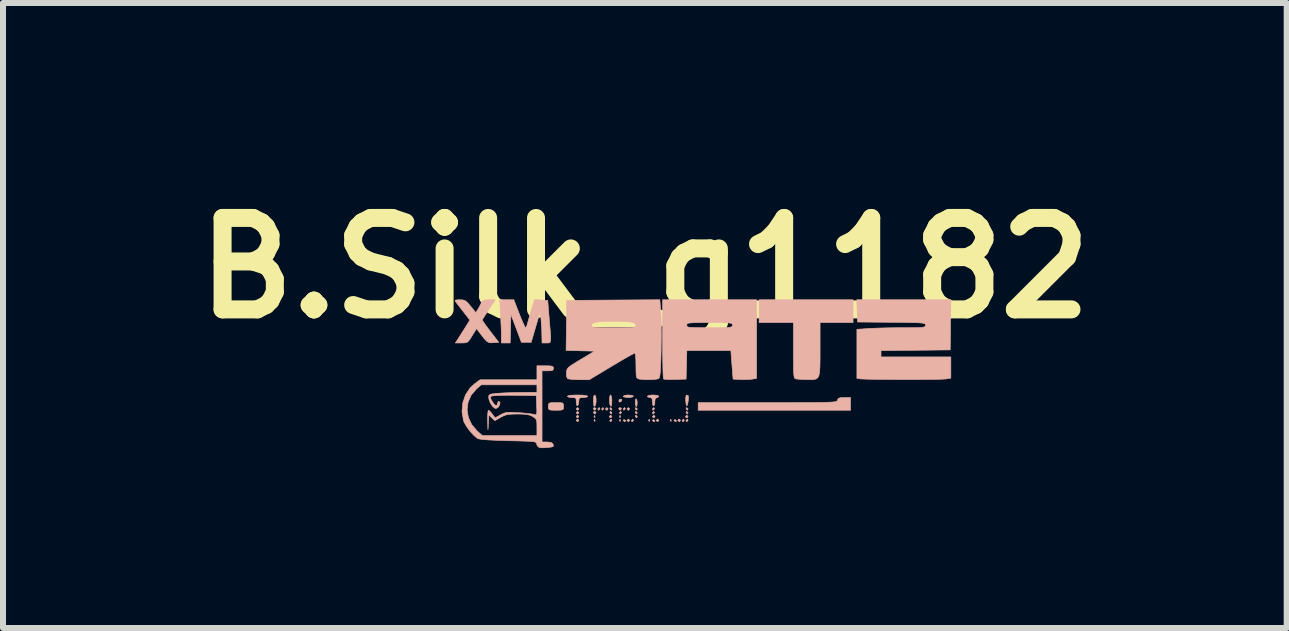
<source format=kicad_pcb>
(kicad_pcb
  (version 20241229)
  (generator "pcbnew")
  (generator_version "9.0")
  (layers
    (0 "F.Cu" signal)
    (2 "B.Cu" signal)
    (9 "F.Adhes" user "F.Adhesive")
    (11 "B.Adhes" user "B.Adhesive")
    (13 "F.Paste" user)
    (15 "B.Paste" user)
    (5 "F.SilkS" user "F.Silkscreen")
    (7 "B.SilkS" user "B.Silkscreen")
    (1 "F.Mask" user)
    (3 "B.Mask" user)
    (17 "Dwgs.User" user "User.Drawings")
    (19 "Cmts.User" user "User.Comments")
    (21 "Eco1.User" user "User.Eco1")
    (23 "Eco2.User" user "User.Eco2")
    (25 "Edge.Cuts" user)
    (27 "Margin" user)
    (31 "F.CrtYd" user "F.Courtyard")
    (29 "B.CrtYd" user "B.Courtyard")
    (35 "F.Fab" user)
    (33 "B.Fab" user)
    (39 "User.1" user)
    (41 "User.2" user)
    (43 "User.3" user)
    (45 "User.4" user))
  (footprint "B.Silk_g1182"
    (layer "F.Cu")
    (at 7.7 1.418)
    (property "Reference" "B.Silk_g1182" (at 0 0 0) (layer "F.SilkS") (effects (font (size 1.524 1.524) (thickness 0.3))))
    (attr through_hole)
    (fp_poly (pts (xy -0.833 2.462) (xy -0.83 2.488) (xy -0.833 2.491) (xy -0.845 2.488) (xy -0.847 2.477) (xy -0.839 2.459) (xy -0.833 2.462)) (stroke (width 0.01) (type solid)) (fill yes) (layer "B.SilkS"))
    (fp_poly (pts (xy -0.833 2.526) (xy -0.83 2.551) (xy -0.833 2.554) (xy -0.845 2.551) (xy -0.847 2.54) (xy -0.839 2.523) (xy -0.833 2.526)) (stroke (width 0.01) (type solid)) (fill yes) (layer "B.SilkS"))
    (fp_poly (pts (xy -0.409 2.462) (xy -0.407 2.488) (xy -0.409 2.491) (xy -0.422 2.488) (xy -0.423 2.477) (xy -0.416 2.459) (xy -0.409 2.462)) (stroke (width 0.01) (type solid)) (fill yes) (layer "B.SilkS"))
    (fp_poly (pts (xy -0.409 2.526) (xy -0.407 2.551) (xy -0.409 2.554) (xy -0.422 2.551) (xy -0.423 2.54) (xy -0.416 2.523) (xy -0.409 2.526)) (stroke (width 0.01) (type solid)) (fill yes) (layer "B.SilkS"))
    (fp_poly (pts (xy 0.078 2.526) (xy 0.08 2.551) (xy 0.078 2.554) (xy 0.065 2.551) (xy 0.064 2.54) (xy 0.071 2.523) (xy 0.078 2.526)) (stroke (width 0.01) (type solid)) (fill yes) (layer "B.SilkS"))
    (fp_poly (pts (xy 0.437 2.526) (xy 0.44 2.551) (xy 0.437 2.554) (xy 0.425 2.551) (xy 0.423 2.54) (xy 0.431 2.523) (xy 0.437 2.526)) (stroke (width 0.01) (type solid)) (fill yes) (layer "B.SilkS"))
    (fp_poly (pts (xy -0.384 2.206) (xy -0.396 2.225) (xy -0.422 2.235) (xy -0.432 2.226) (xy -0.43 2.197) (xy -0.422 2.19) (xy -0.392 2.185) (xy -0.384 2.206)) (stroke (width 0.01) (type solid)) (fill yes) (layer "B.SilkS"))
    (fp_poly (pts (xy -1.101 2.344) (xy -1.101 2.349) (xy -1.117 2.37) (xy -1.122 2.371) (xy -1.142 2.355) (xy -1.143 2.349) (xy -1.127 2.329) (xy -1.122 2.328) (xy -1.101 2.344)) (stroke (width 0.01) (type solid)) (fill yes) (layer "B.SilkS"))
    (fp_poly (pts (xy -1.101 2.408) (xy -1.101 2.413) (xy -1.117 2.434) (xy -1.122 2.434) (xy -1.142 2.418) (xy -1.143 2.413) (xy -1.127 2.392) (xy -1.122 2.392) (xy -1.101 2.408)) (stroke (width 0.01) (type solid)) (fill yes) (layer "B.SilkS"))
    (fp_poly (pts (xy -1.101 2.471) (xy -1.101 2.477) (xy -1.117 2.497) (xy -1.122 2.498) (xy -1.142 2.482) (xy -1.143 2.477) (xy -1.127 2.456) (xy -1.122 2.455) (xy -1.101 2.471)) (stroke (width 0.01) (type solid)) (fill yes) (layer "B.SilkS"))
    (fp_poly (pts (xy -1.101 2.535) (xy -1.101 2.54) (xy -1.117 2.561) (xy -1.122 2.561) (xy -1.142 2.545) (xy -1.143 2.54) (xy -1.127 2.519) (xy -1.122 2.519) (xy -1.101 2.535)) (stroke (width 0.01) (type solid)) (fill yes) (layer "B.SilkS"))
    (fp_poly (pts (xy -0.813 2.338) (xy -0.815 2.349) (xy -0.833 2.37) (xy -0.836 2.371) (xy -0.853 2.356) (xy -0.857 2.349) (xy -0.852 2.332) (xy -0.836 2.328) (xy -0.813 2.338)) (stroke (width 0.01) (type solid)) (fill yes) (layer "B.SilkS"))
    (fp_poly (pts (xy -0.813 2.402) (xy -0.815 2.413) (xy -0.833 2.433) (xy -0.836 2.434) (xy -0.853 2.419) (xy -0.857 2.413) (xy -0.852 2.395) (xy -0.836 2.392) (xy -0.813 2.402)) (stroke (width 0.01) (type solid)) (fill yes) (layer "B.SilkS"))
    (fp_poly (pts (xy -0.748 2.341) (xy -0.751 2.349) (xy -0.77 2.37) (xy -0.774 2.371) (xy -0.783 2.354) (xy -0.783 2.349) (xy -0.767 2.329) (xy -0.761 2.328) (xy -0.748 2.341)) (stroke (width 0.01) (type solid)) (fill yes) (layer "B.SilkS"))
    (fp_poly (pts (xy -0.685 2.341) (xy -0.688 2.349) (xy -0.707 2.37) (xy -0.71 2.371) (xy -0.719 2.354) (xy -0.72 2.349) (xy -0.703 2.329) (xy -0.697 2.328) (xy -0.685 2.341)) (stroke (width 0.01) (type solid)) (fill yes) (layer "B.SilkS"))
    (fp_poly (pts (xy -0.614 2.344) (xy -0.614 2.349) (xy -0.63 2.37) (xy -0.635 2.371) (xy -0.656 2.355) (xy -0.656 2.349) (xy -0.64 2.329) (xy -0.635 2.328) (xy -0.614 2.344)) (stroke (width 0.01) (type solid)) (fill yes) (layer "B.SilkS"))
    (fp_poly (pts (xy -0.551 2.344) (xy -0.55 2.349) (xy -0.558 2.37) (xy -0.56 2.371) (xy -0.578 2.356) (xy -0.582 2.349) (xy -0.58 2.33) (xy -0.573 2.328) (xy -0.551 2.344)) (stroke (width 0.01) (type solid)) (fill yes) (layer "B.SilkS"))
    (fp_poly (pts (xy -0.551 2.407) (xy -0.55 2.413) (xy -0.558 2.434) (xy -0.56 2.434) (xy -0.578 2.419) (xy -0.582 2.413) (xy -0.58 2.393) (xy -0.573 2.392) (xy -0.551 2.407)) (stroke (width 0.01) (type solid)) (fill yes) (layer "B.SilkS"))
    (fp_poly (pts (xy -0.551 2.471) (xy -0.55 2.477) (xy -0.566 2.497) (xy -0.572 2.498) (xy -0.592 2.482) (xy -0.593 2.477) (xy -0.577 2.456) (xy -0.572 2.455) (xy -0.551 2.471)) (stroke (width 0.01) (type solid)) (fill yes) (layer "B.SilkS"))
    (fp_poly (pts (xy -0.551 2.535) (xy -0.55 2.54) (xy -0.567 2.56) (xy -0.573 2.561) (xy -0.585 2.548) (xy -0.582 2.54) (xy -0.563 2.52) (xy -0.56 2.519) (xy -0.551 2.535)) (stroke (width 0.01) (type solid)) (fill yes) (layer "B.SilkS"))
    (fp_poly (pts (xy -0.39 2.338) (xy -0.392 2.349) (xy -0.41 2.37) (xy -0.413 2.371) (xy -0.43 2.356) (xy -0.434 2.349) (xy -0.429 2.332) (xy -0.413 2.328) (xy -0.39 2.338)) (stroke (width 0.01) (type solid)) (fill yes) (layer "B.SilkS"))
    (fp_poly (pts (xy -0.388 2.405) (xy -0.392 2.413) (xy -0.411 2.433) (xy -0.414 2.434) (xy -0.423 2.418) (xy -0.423 2.413) (xy -0.407 2.393) (xy -0.401 2.392) (xy -0.388 2.405)) (stroke (width 0.01) (type solid)) (fill yes) (layer "B.SilkS"))
    (fp_poly (pts (xy -0.339 2.529) (xy -0.318 2.548) (xy -0.318 2.552) (xy -0.334 2.561) (xy -0.339 2.561) (xy -0.359 2.545) (xy -0.36 2.539) (xy -0.347 2.526) (xy -0.339 2.529)) (stroke (width 0.01) (type solid)) (fill yes) (layer "B.SilkS"))
    (fp_poly (pts (xy -0.325 2.341) (xy -0.328 2.349) (xy -0.347 2.37) (xy -0.35 2.371) (xy -0.36 2.354) (xy -0.36 2.349) (xy -0.344 2.329) (xy -0.337 2.328) (xy -0.325 2.341)) (stroke (width 0.01) (type solid)) (fill yes) (layer "B.SilkS"))
    (fp_poly (pts (xy -0.255 2.344) (xy -0.254 2.349) (xy -0.27 2.37) (xy -0.275 2.371) (xy -0.296 2.355) (xy -0.296 2.349) (xy -0.28 2.329) (xy -0.275 2.328) (xy -0.255 2.344)) (stroke (width 0.01) (type solid)) (fill yes) (layer "B.SilkS"))
    (fp_poly (pts (xy -0.255 2.535) (xy -0.254 2.54) (xy -0.27 2.561) (xy -0.275 2.561) (xy -0.296 2.545) (xy -0.296 2.54) (xy -0.28 2.519) (xy -0.275 2.519) (xy -0.255 2.535)) (stroke (width 0.01) (type solid)) (fill yes) (layer "B.SilkS"))
    (fp_poly (pts (xy -0.191 2.535) (xy -0.191 2.54) (xy -0.207 2.56) (xy -0.213 2.561) (xy -0.226 2.548) (xy -0.222 2.54) (xy -0.203 2.52) (xy -0.2 2.519) (xy -0.191 2.535)) (stroke (width 0.01) (type solid)) (fill yes) (layer "B.SilkS"))
    (fp_poly (pts (xy -0.128 2.344) (xy -0.127 2.349) (xy -0.134 2.37) (xy -0.136 2.371) (xy -0.154 2.356) (xy -0.159 2.349) (xy -0.157 2.33) (xy -0.149 2.328) (xy -0.128 2.344)) (stroke (width 0.01) (type solid)) (fill yes) (layer "B.SilkS"))
    (fp_poly (pts (xy -0.128 2.407) (xy -0.127 2.413) (xy -0.134 2.434) (xy -0.136 2.434) (xy -0.154 2.419) (xy -0.159 2.413) (xy -0.157 2.393) (xy -0.149 2.392) (xy -0.128 2.407)) (stroke (width 0.01) (type solid)) (fill yes) (layer "B.SilkS"))
    (fp_poly (pts (xy -0.128 2.471) (xy -0.127 2.477) (xy -0.134 2.497) (xy -0.136 2.498) (xy -0.154 2.483) (xy -0.159 2.477) (xy -0.157 2.457) (xy -0.149 2.455) (xy -0.128 2.471)) (stroke (width 0.01) (type solid)) (fill yes) (layer "B.SilkS"))
    (fp_poly (pts (xy 0.148 2.529) (xy 0.168 2.548) (xy 0.169 2.552) (xy 0.153 2.561) (xy 0.148 2.561) (xy 0.128 2.545) (xy 0.127 2.539) (xy 0.14 2.526) (xy 0.148 2.529)) (stroke (width 0.01) (type solid)) (fill yes) (layer "B.SilkS"))
    (fp_poly (pts (xy 0.162 2.341) (xy 0.159 2.349) (xy 0.14 2.37) (xy 0.136 2.371) (xy 0.127 2.354) (xy 0.127 2.349) (xy 0.143 2.329) (xy 0.149 2.328) (xy 0.162 2.341)) (stroke (width 0.01) (type solid)) (fill yes) (layer "B.SilkS"))
    (fp_poly (pts (xy 0.162 2.405) (xy 0.159 2.413) (xy 0.14 2.433) (xy 0.136 2.434) (xy 0.127 2.418) (xy 0.127 2.413) (xy 0.143 2.393) (xy 0.149 2.392) (xy 0.162 2.405)) (stroke (width 0.01) (type solid)) (fill yes) (layer "B.SilkS"))
    (fp_poly (pts (xy 0.169 2.471) (xy 0.169 2.477) (xy 0.153 2.497) (xy 0.148 2.498) (xy 0.128 2.482) (xy 0.127 2.477) (xy 0.143 2.456) (xy 0.148 2.455) (xy 0.169 2.471)) (stroke (width 0.01) (type solid)) (fill yes) (layer "B.SilkS"))
    (fp_poly (pts (xy 0.232 2.535) (xy 0.233 2.54) (xy 0.217 2.561) (xy 0.212 2.561) (xy 0.191 2.545) (xy 0.191 2.54) (xy 0.207 2.519) (xy 0.212 2.519) (xy 0.232 2.535)) (stroke (width 0.01) (type solid)) (fill yes) (layer "B.SilkS"))
    (fp_poly (pts (xy 0.508 2.529) (xy 0.528 2.548) (xy 0.529 2.552) (xy 0.513 2.561) (xy 0.508 2.561) (xy 0.488 2.545) (xy 0.487 2.539) (xy 0.5 2.526) (xy 0.508 2.529)) (stroke (width 0.01) (type solid)) (fill yes) (layer "B.SilkS"))
    (fp_poly (pts (xy 0.592 2.535) (xy 0.593 2.54) (xy 0.577 2.561) (xy 0.572 2.561) (xy 0.551 2.545) (xy 0.55 2.54) (xy 0.566 2.519) (xy 0.572 2.519) (xy 0.592 2.535)) (stroke (width 0.01) (type solid)) (fill yes) (layer "B.SilkS"))
    (fp_poly (pts (xy 0.656 2.535) (xy 0.656 2.54) (xy 0.64 2.56) (xy 0.634 2.561) (xy 0.621 2.548) (xy 0.624 2.54) (xy 0.643 2.52) (xy 0.647 2.519) (xy 0.656 2.535)) (stroke (width 0.01) (type solid)) (fill yes) (layer "B.SilkS"))
    (fp_poly (pts (xy 0.719 2.344) (xy 0.72 2.349) (xy 0.712 2.37) (xy 0.71 2.371) (xy 0.692 2.356) (xy 0.688 2.349) (xy 0.69 2.33) (xy 0.697 2.328) (xy 0.719 2.344)) (stroke (width 0.01) (type solid)) (fill yes) (layer "B.SilkS"))
    (fp_poly (pts (xy 0.719 2.407) (xy 0.72 2.413) (xy 0.712 2.434) (xy 0.71 2.434) (xy 0.692 2.419) (xy 0.688 2.413) (xy 0.69 2.393) (xy 0.697 2.392) (xy 0.719 2.407)) (stroke (width 0.01) (type solid)) (fill yes) (layer "B.SilkS"))
    (fp_poly (pts (xy 0.719 2.471) (xy 0.72 2.477) (xy 0.704 2.497) (xy 0.699 2.498) (xy 0.678 2.482) (xy 0.677 2.477) (xy 0.693 2.456) (xy 0.699 2.455) (xy 0.719 2.471)) (stroke (width 0.01) (type solid)) (fill yes) (layer "B.SilkS"))
    (fp_poly (pts (xy 0.719 2.535) (xy 0.72 2.54) (xy 0.703 2.56) (xy 0.697 2.561) (xy 0.685 2.548) (xy 0.688 2.54) (xy 0.707 2.52) (xy 0.71 2.519) (xy 0.719 2.535)) (stroke (width 0.01) (type solid)) (fill yes) (layer "B.SilkS"))
    (fp_poly (pts (xy -0.133 2.199) (xy -0.127 2.243) (xy -0.127 2.244) (xy -0.131 2.29) (xy -0.141 2.31) (xy -0.151 2.302) (xy -0.159 2.265) (xy -0.159 2.22) (xy -0.153 2.187) (xy -0.147 2.18) (xy -0.133 2.199)) (stroke (width 0.01) (type solid)) (fill yes) (layer "B.SilkS"))
    (fp_poly (pts (xy -0.821 2.135) (xy -0.813 2.179) (xy -0.813 2.232) (xy -0.821 2.279) (xy -0.832 2.3) (xy -0.848 2.307) (xy -0.848 2.305) (xy -0.857 2.236) (xy -0.857 2.173) (xy -0.849 2.13) (xy -0.836 2.117) (xy -0.821 2.135)) (stroke (width 0.01) (type solid)) (fill yes) (layer "B.SilkS"))
    (fp_poly (pts (xy -0.559 2.136) (xy -0.551 2.183) (xy -0.55 2.212) (xy -0.553 2.28) (xy -0.562 2.306) (xy -0.576 2.293) (xy -0.577 2.291) (xy -0.587 2.254) (xy -0.59 2.202) (xy -0.586 2.152) (xy -0.578 2.12) (xy -0.572 2.117) (xy -0.559 2.136)) (stroke (width 0.01) (type solid)) (fill yes) (layer "B.SilkS"))
    (fp_poly (pts (xy -0.222 2.121) (xy -0.193 2.133) (xy -0.191 2.138) (xy -0.209 2.151) (xy -0.256 2.158) (xy -0.275 2.159) (xy -0.328 2.154) (xy -0.358 2.143) (xy -0.36 2.138) (xy -0.341 2.125) (xy -0.294 2.117) (xy -0.275 2.117) (xy -0.222 2.121)) (stroke (width 0.01) (type solid)) (fill yes) (layer "B.SilkS"))
    (fp_poly (pts (xy 0.723 2.13) (xy 0.725 2.133) (xy 0.728 2.161) (xy 0.724 2.206) (xy 0.716 2.254) (xy 0.707 2.289) (xy 0.698 2.298) (xy 0.697 2.297) (xy 0.686 2.259) (xy 0.681 2.207) (xy 0.682 2.156) (xy 0.69 2.122) (xy 0.697 2.117) (xy 0.723 2.13)) (stroke (width 0.01) (type solid)) (fill yes) (layer "B.SilkS"))
    (fp_poly (pts (xy -1.411 2.244) (xy -1.373 2.25) (xy -1.358 2.266) (xy -1.355 2.297) (xy -1.355 2.307) (xy -1.356 2.342) (xy -1.368 2.361) (xy -1.4 2.369) (xy -1.461 2.371) (xy -1.482 2.371) (xy -1.552 2.37) (xy -1.59 2.364) (xy -1.605 2.348) (xy -1.609 2.317) (xy -1.609 2.307) (xy -1.607 2.272) (xy -1.595 2.253) (xy -1.564 2.245) (xy -1.502 2.244) (xy -1.482 2.244) (xy -1.411 2.244)) (stroke (width 0.01) (type solid)) (fill yes) (layer "B.SilkS"))
    (fp_poly (pts (xy 0.194 2.121) (xy 0.228 2.132) (xy 0.233 2.138) (xy 0.216 2.157) (xy 0.201 2.159) (xy 0.173 2.177) (xy 0.165 2.23) (xy 0.167 2.258) (xy 0.155 2.291) (xy 0.149 2.296) (xy 0.134 2.288) (xy 0.127 2.244) (xy 0.127 2.234) (xy 0.122 2.183) (xy 0.105 2.162) (xy 0.085 2.159) (xy 0.05 2.15) (xy 0.042 2.138) (xy 0.061 2.125) (xy 0.109 2.118) (xy 0.138 2.117) (xy 0.194 2.121)) (stroke (width 0.01) (type solid)) (fill yes) (layer "B.SilkS"))
    (fp_poly (pts (xy 3.429 2.371) (xy 0.889 2.371) (xy 0.889 2.244) (xy 2.045 2.244) (xy 2.295 2.244) (xy 2.506 2.243) (xy 2.682 2.243) (xy 2.825 2.242) (xy 2.94 2.241) (xy 3.028 2.239) (xy 3.095 2.236) (xy 3.142 2.233) (xy 3.174 2.228) (xy 3.194 2.222) (xy 3.204 2.215) (xy 3.209 2.207) (xy 3.211 2.201) (xy 3.225 2.175) (xy 3.258 2.162) (xy 3.32 2.159) (xy 3.326 2.159) (xy 3.429 2.159) (xy 3.429 2.371)) (stroke (width 0.01) (type solid)) (fill yes) (layer "B.SilkS"))
    (fp_poly (pts (xy -1.038 2.119) (xy -0.979 2.126) (xy -0.953 2.136) (xy -0.953 2.138) (xy -0.971 2.152) (xy -1.017 2.159) (xy -1.027 2.159) (xy -1.076 2.163) (xy -1.097 2.18) (xy -1.101 2.221) (xy -1.107 2.27) (xy -1.122 2.297) (xy -1.136 2.288) (xy -1.143 2.245) (xy -1.143 2.234) (xy -1.146 2.184) (xy -1.164 2.163) (xy -1.209 2.159) (xy -1.217 2.159) (xy -1.266 2.154) (xy -1.291 2.141) (xy -1.291 2.138) (xy -1.271 2.127) (xy -1.217 2.12) (xy -1.137 2.117) (xy -1.122 2.117) (xy -1.038 2.119)) (stroke (width 0.01) (type solid)) (fill yes) (layer "B.SilkS"))
    (fp_poly (pts (xy 3.471 0.91) (xy 2.921 0.91) (xy 2.921 1.353) (xy 2.921 1.513) (xy 2.919 1.635) (xy 2.914 1.725) (xy 2.903 1.788) (xy 2.884 1.828) (xy 2.855 1.85) (xy 2.814 1.859) (xy 2.758 1.861) (xy 2.703 1.86) (xy 2.622 1.858) (xy 2.554 1.853) (xy 2.514 1.848) (xy 2.514 1.848) (xy 2.501 1.842) (xy 2.492 1.827) (xy 2.486 1.798) (xy 2.481 1.749) (xy 2.478 1.676) (xy 2.477 1.574) (xy 2.477 1.436) (xy 2.477 1.374) (xy 2.477 0.91) (xy 1.905 0.91) (xy 1.905 0.529) (xy 3.471 0.529) (xy 3.471 0.91)) (stroke (width 0.01) (type solid)) (fill yes) (layer "B.SilkS"))
    (fp_poly (pts (xy -1.619 0.54) (xy -1.595 0.836) (xy -1.583 0.978) (xy -1.574 1.083) (xy -1.57 1.157) (xy -1.571 1.205) (xy -1.577 1.233) (xy -1.588 1.246) (xy -1.607 1.249) (xy -1.633 1.249) (xy -1.64 1.249) (xy -1.714 1.249) (xy -1.717 1.106) (xy -1.72 1.009) (xy -1.727 0.908) (xy -1.732 0.847) (xy -1.746 0.73) (xy -1.82 0.984) (xy -1.895 1.238) (xy -2.058 1.238) (xy -2.145 1.005) (xy -2.233 0.773) (xy -2.245 1.249) (xy -2.392 1.249) (xy -2.392 1.127) (xy -2.393 1.054) (xy -2.397 0.954) (xy -2.402 0.842) (xy -2.406 0.767) (xy -2.419 0.529) (xy -2.184 0.529) (xy -2.094 0.762) (xy -2.057 0.853) (xy -2.025 0.927) (xy -2.001 0.977) (xy -1.988 0.995) (xy -1.973 0.977) (xy -1.959 0.937) (xy -1.947 0.89) (xy -1.926 0.816) (xy -1.9 0.729) (xy -1.892 0.703) (xy -1.839 0.527) (xy -1.619 0.54)) (stroke (width 0.01) (type solid)) (fill yes) (layer "B.SilkS"))
    (fp_poly (pts (xy 5.096 0.947) (xy 5.091 1.365) (xy 4.514 1.371) (xy 3.937 1.377) (xy 3.937 1.482) (xy 5.101 1.482) (xy 5.101 1.836) (xy 5.022 1.849) (xy 4.982 1.852) (xy 4.906 1.855) (xy 4.8 1.857) (xy 4.673 1.858) (xy 4.529 1.859) (xy 4.376 1.859) (xy 4.22 1.859) (xy 4.067 1.858) (xy 3.925 1.857) (xy 3.799 1.855) (xy 3.697 1.853) (xy 3.625 1.85) (xy 3.593 1.848) (xy 3.535 1.839) (xy 3.535 1.022) (xy 3.729 1.009) (xy 3.817 1.004) (xy 3.935 1) (xy 4.072 0.997) (xy 4.214 0.995) (xy 4.3 0.995) (xy 4.435 0.995) (xy 4.533 0.994) (xy 4.601 0.991) (xy 4.643 0.986) (xy 4.666 0.979) (xy 4.676 0.968) (xy 4.678 0.953) (xy 4.678 0.953) (xy 4.676 0.94) (xy 4.669 0.93) (xy 4.65 0.923) (xy 4.616 0.917) (xy 4.562 0.913) (xy 4.483 0.91) (xy 4.374 0.908) (xy 4.23 0.906) (xy 4.112 0.905) (xy 3.545 0.9) (xy 3.533 0.529) (xy 5.102 0.529) (xy 5.096 0.947)) (stroke (width 0.01) (type solid)) (fill yes) (layer "B.SilkS"))
    (fp_poly (pts (xy -2.574 0.651) (xy -2.618 0.72) (xy -2.657 0.78) (xy -2.68 0.814) (xy -2.703 0.852) (xy -2.709 0.87) (xy -2.697 0.891) (xy -2.664 0.938) (xy -2.616 1.003) (xy -2.572 1.061) (xy -2.435 1.238) (xy -2.524 1.245) (xy -2.57 1.247) (xy -2.604 1.24) (xy -2.637 1.22) (xy -2.676 1.179) (xy -2.728 1.113) (xy -2.753 1.081) (xy -2.806 1.01) (xy -2.879 1.129) (xy -2.919 1.193) (xy -2.949 1.229) (xy -2.981 1.245) (xy -3.027 1.249) (xy -3.055 1.249) (xy -3.159 1.249) (xy -3.12 1.191) (xy -3.09 1.143) (xy -3.046 1.074) (xy -2.999 1) (xy -2.917 0.868) (xy -3.028 0.725) (xy -3.081 0.657) (xy -3.126 0.599) (xy -3.155 0.562) (xy -3.16 0.556) (xy -3.163 0.539) (xy -3.135 0.531) (xy -3.086 0.529) (xy -3.033 0.532) (xy -2.994 0.545) (xy -2.956 0.577) (xy -2.907 0.634) (xy -2.905 0.636) (xy -2.818 0.743) (xy -2.786 0.694) (xy -2.753 0.637) (xy -2.729 0.587) (xy -2.708 0.552) (xy -2.678 0.535) (xy -2.625 0.529) (xy -2.599 0.529) (xy -2.496 0.529) (xy -2.574 0.651)) (stroke (width 0.01) (type solid)) (fill yes) (layer "B.SilkS"))
    (fp_poly (pts (xy 1.863 1.84) (xy 1.794 1.852) (xy 1.734 1.858) (xy 1.653 1.86) (xy 1.598 1.859) (xy 1.471 1.852) (xy 1.452 1.614) (xy 1.434 1.376) (xy 0.7 1.376) (xy 0.694 1.614) (xy 0.688 1.852) (xy 0.507 1.858) (xy 0.423 1.859) (xy 0.356 1.857) (xy 0.317 1.852) (xy 0.311 1.849) (xy 0.308 1.825) (xy 0.304 1.764) (xy 0.301 1.671) (xy 0.299 1.552) (xy 0.297 1.411) (xy 0.296 1.254) (xy 0.296 1.182) (xy 0.296 0.953) (xy 0.699 0.953) (xy 0.7 0.968) (xy 0.71 0.979) (xy 0.732 0.986) (xy 0.773 0.991) (xy 0.839 0.993) (xy 0.936 0.995) (xy 1.069 0.995) (xy 1.079 0.995) (xy 1.215 0.995) (xy 1.314 0.994) (xy 1.382 0.991) (xy 1.425 0.987) (xy 1.448 0.979) (xy 1.458 0.968) (xy 1.46 0.954) (xy 1.46 0.953) (xy 1.459 0.937) (xy 1.449 0.926) (xy 1.427 0.919) (xy 1.386 0.914) (xy 1.32 0.912) (xy 1.223 0.91) (xy 1.09 0.91) (xy 1.079 0.91) (xy 0.944 0.91) (xy 0.845 0.911) (xy 0.777 0.914) (xy 0.734 0.918) (xy 0.711 0.926) (xy 0.701 0.937) (xy 0.699 0.951) (xy 0.699 0.953) (xy 0.296 0.953) (xy 0.296 0.529) (xy 1.863 0.529) (xy 1.863 1.84)) (stroke (width 0.01) (type solid)) (fill yes) (layer "B.SilkS"))
    (fp_poly (pts (xy 0.265 0.733) (xy 0.27 0.82) (xy 0.272 0.938) (xy 0.274 1.077) (xy 0.273 1.226) (xy 0.271 1.375) (xy 0.271 1.381) (xy 0.267 1.536) (xy 0.262 1.653) (xy 0.257 1.737) (xy 0.25 1.794) (xy 0.242 1.828) (xy 0.231 1.843) (xy 0.231 1.843) (xy 0.193 1.853) (xy 0.127 1.86) (xy 0.048 1.862) (xy -0.029 1.859) (xy -0.091 1.852) (xy -0.101 1.849) (xy -0.122 1.841) (xy -0.136 1.825) (xy -0.144 1.792) (xy -0.147 1.736) (xy -0.148 1.646) (xy -0.148 1.627) (xy -0.15 1.538) (xy -0.155 1.468) (xy -0.163 1.426) (xy -0.168 1.418) (xy -0.191 1.429) (xy -0.245 1.458) (xy -0.324 1.502) (xy -0.421 1.559) (xy -0.532 1.625) (xy -0.557 1.64) (xy -0.927 1.863) (xy -1.093 1.862) (xy -1.176 1.86) (xy -1.243 1.854) (xy -1.284 1.846) (xy -1.287 1.844) (xy -1.306 1.809) (xy -1.309 1.745) (xy -1.304 1.71) (xy -1.294 1.683) (xy -1.272 1.656) (xy -1.231 1.624) (xy -1.166 1.583) (xy -1.071 1.525) (xy -1.07 1.525) (xy -0.838 1.386) (xy -1.075 1.38) (xy -1.313 1.374) (xy -1.307 0.955) (xy -0.889 0.955) (xy -0.887 0.97) (xy -0.875 0.98) (xy -0.85 0.987) (xy -0.803 0.991) (xy -0.731 0.994) (xy -0.627 0.995) (xy -0.519 0.995) (xy -0.385 0.995) (xy -0.288 0.993) (xy -0.222 0.991) (xy -0.181 0.986) (xy -0.158 0.978) (xy -0.15 0.967) (xy -0.148 0.955) (xy -0.157 0.93) (xy -0.185 0.912) (xy -0.238 0.9) (xy -0.322 0.892) (xy -0.44 0.889) (xy -0.505 0.889) (xy -0.648 0.891) (xy -0.753 0.896) (xy -0.824 0.906) (xy -0.868 0.921) (xy -0.887 0.942) (xy -0.889 0.955) (xy -1.307 0.955) (xy -1.302 0.54) (xy -0.526 0.534) (xy 0.25 0.529) (xy 0.265 0.733)) (stroke (width 0.01) (type solid)) (fill yes) (layer "B.SilkS"))
    (fp_poly (pts (xy -1.587 1.631) (xy -1.546 1.637) (xy -1.528 1.65) (xy -1.524 1.672) (xy -1.53 1.699) (xy -1.556 1.711) (xy -1.612 1.714) (xy -1.619 1.714) (xy -1.714 1.714) (xy -1.714 2.9) (xy -1.629 2.9) (xy -1.561 2.908) (xy -1.531 2.932) (xy -1.525 2.966) (xy -1.528 2.975) (xy -1.556 2.984) (xy -1.611 2.991) (xy -1.674 2.996) (xy -1.731 2.996) (xy -1.761 2.992) (xy -1.792 2.965) (xy -1.803 2.936) (xy -1.806 2.92) (xy -1.815 2.909) (xy -1.834 2.9) (xy -1.869 2.894) (xy -1.925 2.889) (xy -2.008 2.886) (xy -2.122 2.882) (xy -2.274 2.879) (xy -2.275 2.879) (xy -2.462 2.873) (xy -2.607 2.866) (xy -2.71 2.858) (xy -2.771 2.848) (xy -2.787 2.842) (xy -2.847 2.794) (xy -2.914 2.722) (xy -2.973 2.641) (xy -3.015 2.566) (xy -3.023 2.544) (xy -3.048 2.396) (xy -3.045 2.363) (xy -2.963 2.363) (xy -2.943 2.489) (xy -2.887 2.609) (xy -2.797 2.715) (xy -2.709 2.794) (xy -1.799 2.794) (xy -1.799 2.656) (xy -1.8 2.581) (xy -1.807 2.535) (xy -1.825 2.507) (xy -1.858 2.483) (xy -1.868 2.476) (xy -1.914 2.454) (xy -1.97 2.441) (xy -2.048 2.435) (xy -2.123 2.434) (xy -2.219 2.436) (xy -2.287 2.442) (xy -2.339 2.457) (xy -2.39 2.481) (xy -2.405 2.49) (xy -2.5 2.545) (xy -2.551 2.498) (xy -2.601 2.45) (xy -2.609 2.595) (xy -2.612 2.663) (xy -2.615 2.694) (xy -2.617 2.688) (xy -2.618 2.644) (xy -2.62 2.559) (xy -2.621 2.556) (xy -2.621 2.473) (xy -2.617 2.41) (xy -2.611 2.375) (xy -2.607 2.371) (xy -2.585 2.386) (xy -2.551 2.424) (xy -2.543 2.435) (xy -2.496 2.498) (xy -2.407 2.448) (xy -2.364 2.426) (xy -2.324 2.412) (xy -2.277 2.406) (xy -2.212 2.406) (xy -2.117 2.411) (xy -2.095 2.412) (xy -1.999 2.42) (xy -1.916 2.429) (xy -1.857 2.438) (xy -1.835 2.443) (xy -1.816 2.449) (xy -1.806 2.438) (xy -1.801 2.404) (xy -1.802 2.339) (xy -1.804 2.294) (xy -1.81 2.127) (xy -2.17 2.122) (xy -2.29 2.121) (xy -2.397 2.123) (xy -2.483 2.126) (xy -2.54 2.131) (xy -2.559 2.136) (xy -2.574 2.154) (xy -2.567 2.185) (xy -2.541 2.231) (xy -2.504 2.279) (xy -2.474 2.294) (xy -2.457 2.273) (xy -2.455 2.253) (xy -2.443 2.226) (xy -2.434 2.223) (xy -2.415 2.238) (xy -2.419 2.275) (xy -2.44 2.315) (xy -2.475 2.34) (xy -2.499 2.339) (xy -2.539 2.307) (xy -2.575 2.25) (xy -2.599 2.187) (xy -2.603 2.154) (xy -2.601 2.127) (xy -2.587 2.111) (xy -2.554 2.1) (xy -2.492 2.092) (xy -2.442 2.088) (xy -2.349 2.082) (xy -2.233 2.078) (xy -2.11 2.075) (xy -2.039 2.074) (xy -1.799 2.074) (xy -1.799 1.947) (xy -2.729 1.947) (xy -2.807 2.016) (xy -2.895 2.119) (xy -2.947 2.237) (xy -2.963 2.363) (xy -3.045 2.363) (xy -3.036 2.25) (xy -2.99 2.115) (xy -2.912 1.998) (xy -2.84 1.932) (xy -2.748 1.863) (xy -1.799 1.863) (xy -1.799 1.63) (xy -1.662 1.63) (xy -1.587 1.631)) (stroke (width 0.01) (type solid)) (fill yes) (layer "B.SilkS")))
  (gr_rect
    (start -3 -3)
    (end 18.4 7.419)
    (stroke (width 0.1) (type default))
    (fill no)
    (layer "Edge.Cuts")))
</source>
